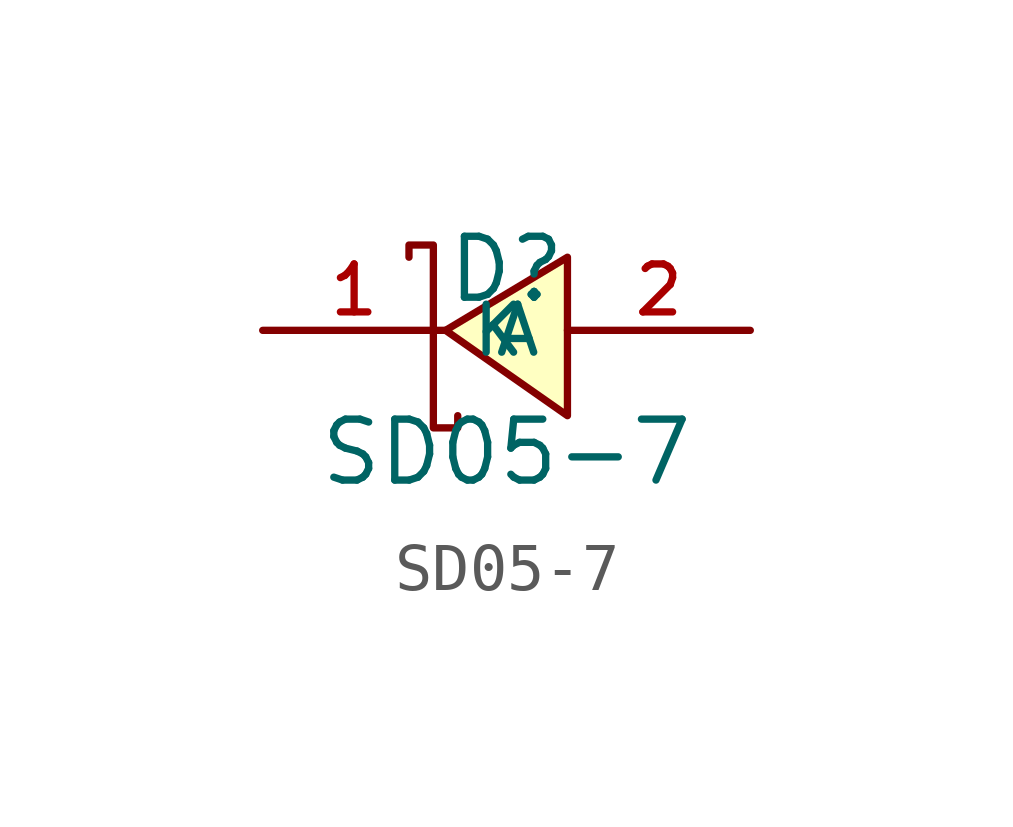
<source format=kicad_sym>
(kicad_symbol_lib
  (version 20210201)
  (generator TousstNicolas/JLC2KiCad_lib)
  (symbol "SD05-7"
    (property "Reference" "D"
      (at 0 1.27 0)
      (effects (font (size 1.27 1.27))))
    (property "Value" "SD05-7"
      (at 0 -2.54 0)
      (effects (font (size 1.27 1.27))))
    (symbol "SD05-7_0_1"
      (pin unspecified line (at 5.08 -0.0 180) (length 3.81) (name "A" (effects (font (size 1 1)))) (number "2" (effects (font (size 1 1)))))
      (pin unspecified line (at -5.08 -0.0 0) (length 3.81) (name "K" (effects (font (size 1 1)))) (number "1" (effects (font (size 1 1)))))
      (polyline (pts (xy -2.032 1.524) (xy -2.032 1.778) (xy -1.524 1.778) (xy -1.524 -2.032) (xy -1.016 -2.032) (xy -1.016 -1.778)) (stroke (width 0) (type default) (color 0 0 0 0)) (fill (type none)))
      (polyline (pts (xy 1.27 1.524) (xy -1.27 -0.0) (xy 1.27 -1.778) (xy 1.27 1.524)) (stroke (width 0) (type default) (color 0 0 0 0)) (fill (type background))))))
</source>
